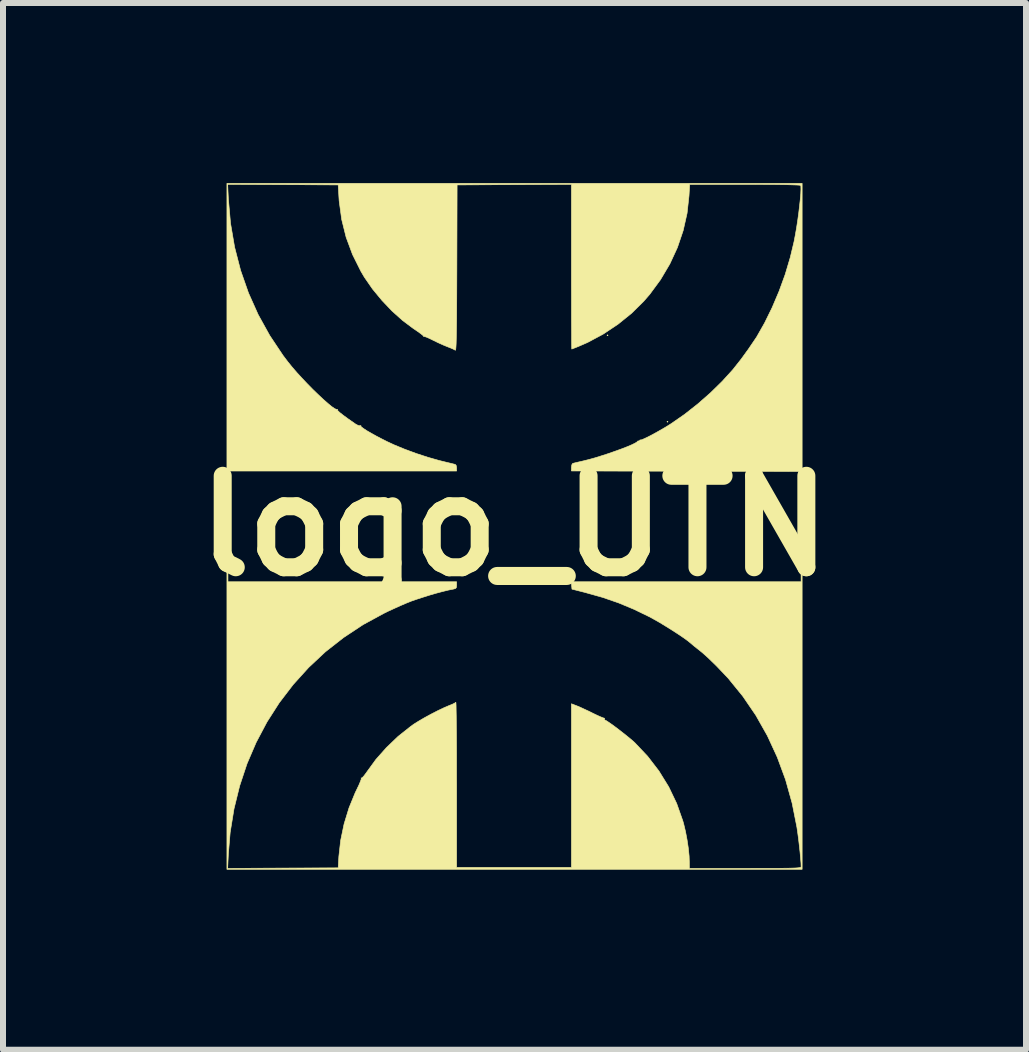
<source format=kicad_pcb>
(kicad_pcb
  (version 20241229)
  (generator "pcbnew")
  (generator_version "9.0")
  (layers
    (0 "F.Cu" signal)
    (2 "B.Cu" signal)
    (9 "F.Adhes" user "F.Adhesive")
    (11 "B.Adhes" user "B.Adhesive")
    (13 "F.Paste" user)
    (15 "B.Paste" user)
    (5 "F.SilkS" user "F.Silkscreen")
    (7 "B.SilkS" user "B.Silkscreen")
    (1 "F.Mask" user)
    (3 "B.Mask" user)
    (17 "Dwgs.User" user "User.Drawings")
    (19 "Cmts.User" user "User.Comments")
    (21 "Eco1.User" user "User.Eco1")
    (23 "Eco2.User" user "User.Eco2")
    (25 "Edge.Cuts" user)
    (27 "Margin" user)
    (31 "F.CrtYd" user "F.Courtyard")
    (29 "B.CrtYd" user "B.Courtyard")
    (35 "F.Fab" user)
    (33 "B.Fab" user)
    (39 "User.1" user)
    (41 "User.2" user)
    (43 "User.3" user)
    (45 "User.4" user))
  (footprint "logo_UTN"
    (layer "F.Cu")
    (at 5.523 5.712)
    (property "Reference" "logo_UTN" (at 0 0 0) (layer "F.SilkS") (effects (font (size 1.524 1.524) (thickness 0.3))))
    (attr through_hole)
    (fp_poly (pts (xy 1.558 -3.175) (xy 1.549 -3.167) (xy 1.541 -3.175) (xy 1.549 -3.183) (xy 1.558 -3.175)) (stroke (width 0.01) (type solid)) (fill yes) (layer "F.SilkS"))
    (fp_poly (pts (xy 2.557 -1.736) (xy 2.548 -1.727) (xy 2.54 -1.736) (xy 2.548 -1.744) (xy 2.557 -1.736)) (stroke (width 0.01) (type solid)) (fill yes) (layer "F.SilkS"))
    (fp_poly (pts (xy 4.792 5.723) (xy -4.792 5.723) (xy -4.792 5.707) (xy -4.78 5.707) (xy -3.859 5.702) (xy -2.938 5.698) (xy -2.927 5.508) (xy -2.897 5.24) (xy -2.84 4.967) (xy -2.758 4.699) (xy -2.655 4.447) (xy -2.624 4.383) (xy -2.592 4.316) (xy -2.568 4.259) (xy -2.554 4.22) (xy -2.554 4.206) (xy -2.556 4.199) (xy -2.551 4.203) (xy -2.536 4.195) (xy -2.508 4.164) (xy -2.472 4.116) (xy -2.456 4.093) (xy -2.309 3.891) (xy -2.134 3.694) (xy -1.941 3.509) (xy -1.735 3.345) (xy -1.68 3.305) (xy -1.6 3.255) (xy -1.501 3.197) (xy -1.391 3.137) (xy -1.28 3.08) (xy -1.177 3.031) (xy -1.091 2.994) (xy -1.075 2.988) (xy -1.025 2.967) (xy -0.989 2.948) (xy -0.978 2.939) (xy -0.976 2.953) (xy -0.974 2.998) (xy -0.973 3.072) (xy -0.971 3.172) (xy -0.97 3.297) (xy -0.968 3.443) (xy -0.967 3.608) (xy -0.966 3.79) (xy -0.966 3.986) (xy -0.966 4.193) (xy -0.965 4.305) (xy -0.965 5.69) (xy 0.948 5.69) (xy 0.948 2.964) (xy 1.037 2.998) (xy 1.09 3.02) (xy 1.161 3.053) (xy 1.243 3.091) (xy 1.303 3.121) (xy 1.374 3.155) (xy 1.434 3.182) (xy 1.477 3.199) (xy 1.495 3.204) (xy 1.502 3.21) (xy 1.499 3.217) (xy 1.499 3.233) (xy 1.504 3.234) (xy 1.526 3.244) (xy 1.569 3.272) (xy 1.628 3.313) (xy 1.697 3.364) (xy 1.771 3.421) (xy 1.845 3.479) (xy 1.914 3.535) (xy 1.972 3.584) (xy 2.001 3.61) (xy 2.216 3.837) (xy 2.406 4.084) (xy 2.569 4.348) (xy 2.702 4.626) (xy 2.804 4.915) (xy 2.819 4.968) (xy 2.849 5.094) (xy 2.875 5.232) (xy 2.896 5.372) (xy 2.909 5.502) (xy 2.912 5.592) (xy 2.913 5.707) (xy 3.844 5.707) (xy 4.045 5.706) (xy 4.216 5.706) (xy 4.357 5.706) (xy 4.473 5.705) (xy 4.565 5.704) (xy 4.636 5.702) (xy 4.689 5.7) (xy 4.727 5.697) (xy 4.752 5.693) (xy 4.766 5.689) (xy 4.773 5.684) (xy 4.775 5.677) (xy 4.775 5.677) (xy 4.773 5.619) (xy 4.766 5.537) (xy 4.757 5.436) (xy 4.745 5.326) (xy 4.732 5.215) (xy 4.718 5.111) (xy 4.705 5.022) (xy 4.625 4.619) (xy 4.516 4.229) (xy 4.378 3.855) (xy 4.213 3.497) (xy 4.021 3.157) (xy 3.803 2.838) (xy 3.56 2.539) (xy 3.37 2.339) (xy 3.288 2.259) (xy 3.224 2.197) (xy 3.171 2.149) (xy 3.124 2.108) (xy 3.076 2.069) (xy 3.049 2.048) (xy 2.997 2.007) (xy 2.951 1.968) (xy 2.931 1.951) (xy 2.885 1.914) (xy 2.816 1.864) (xy 2.729 1.805) (xy 2.63 1.741) (xy 2.526 1.676) (xy 2.423 1.613) (xy 2.326 1.558) (xy 2.252 1.517) (xy 1.99 1.39) (xy 1.733 1.283) (xy 1.469 1.192) (xy 1.184 1.112) (xy 1.177 1.11) (xy 0.957 1.054) (xy 0.951 0.993) (xy 0.946 0.931) (xy 4.775 0.931) (xy 4.771 0.013) (xy 4.767 -0.906) (xy 0.948 -0.915) (xy 0.948 -0.974) (xy 0.954 -1.016) (xy 0.967 -1.039) (xy 0.969 -1.04) (xy 0.994 -1.047) (xy 1.044 -1.059) (xy 1.11 -1.074) (xy 1.148 -1.083) (xy 1.241 -1.106) (xy 1.345 -1.135) (xy 1.457 -1.17) (xy 1.571 -1.207) (xy 1.682 -1.246) (xy 1.787 -1.284) (xy 1.88 -1.32) (xy 1.957 -1.353) (xy 2.013 -1.381) (xy 2.044 -1.401) (xy 2.049 -1.408) (xy 2.059 -1.417) (xy 2.066 -1.414) (xy 2.081 -1.416) (xy 2.083 -1.422) (xy 2.093 -1.434) (xy 2.099 -1.431) (xy 2.12 -1.435) (xy 2.164 -1.454) (xy 2.227 -1.484) (xy 2.302 -1.523) (xy 2.385 -1.569) (xy 2.471 -1.618) (xy 2.553 -1.667) (xy 2.614 -1.706) (xy 2.836 -1.86) (xy 3.054 -2.032) (xy 3.264 -2.216) (xy 3.459 -2.407) (xy 3.634 -2.599) (xy 3.775 -2.777) (xy 3.819 -2.838) (xy 3.864 -2.9) (xy 3.892 -2.938) (xy 4.033 -3.146) (xy 4.167 -3.382) (xy 4.293 -3.639) (xy 4.408 -3.91) (xy 4.51 -4.19) (xy 4.594 -4.472) (xy 4.657 -4.735) (xy 4.678 -4.845) (xy 4.699 -4.964) (xy 4.718 -5.089) (xy 4.735 -5.212) (xy 4.749 -5.331) (xy 4.761 -5.44) (xy 4.769 -5.533) (xy 4.772 -5.607) (xy 4.771 -5.656) (xy 4.767 -5.672) (xy 4.747 -5.677) (xy 4.694 -5.68) (xy 4.606 -5.683) (xy 4.485 -5.686) (xy 4.331 -5.688) (xy 4.143 -5.689) (xy 3.922 -5.69) (xy 3.837 -5.69) (xy 2.918 -5.69) (xy 2.907 -5.499) (xy 2.875 -5.209) (xy 2.81 -4.921) (xy 2.714 -4.638) (xy 2.588 -4.365) (xy 2.433 -4.103) (xy 2.252 -3.857) (xy 2.153 -3.743) (xy 1.951 -3.543) (xy 1.723 -3.359) (xy 1.477 -3.195) (xy 1.217 -3.056) (xy 1.068 -2.991) (xy 1.013 -2.969) (xy 0.972 -2.953) (xy 0.954 -2.946) (xy 0.954 -2.946) (xy 0.953 -2.963) (xy 0.952 -3.011) (xy 0.951 -3.087) (xy 0.951 -3.19) (xy 0.95 -3.317) (xy 0.949 -3.465) (xy 0.949 -3.632) (xy 0.949 -3.815) (xy 0.948 -4.012) (xy 0.948 -4.22) (xy 0.948 -4.318) (xy 0.948 -5.69) (xy -0.004 -5.686) (xy -0.957 -5.681) (xy -0.961 -4.295) (xy -0.962 -4.038) (xy -0.963 -3.812) (xy -0.964 -3.617) (xy -0.965 -3.451) (xy -0.967 -3.311) (xy -0.969 -3.196) (xy -0.971 -3.104) (xy -0.973 -3.033) (xy -0.976 -2.981) (xy -0.979 -2.948) (xy -0.982 -2.93) (xy -0.986 -2.926) (xy -0.986 -2.926) (xy -1.012 -2.941) (xy -1.06 -2.962) (xy -1.118 -2.985) (xy -1.189 -3.014) (xy -1.273 -3.052) (xy -1.351 -3.09) (xy -1.355 -3.092) (xy -1.416 -3.122) (xy -1.466 -3.144) (xy -1.499 -3.155) (xy -1.504 -3.155) (xy -1.519 -3.158) (xy -1.517 -3.162) (xy -1.527 -3.174) (xy -1.561 -3.201) (xy -1.612 -3.238) (xy -1.678 -3.283) (xy -1.69 -3.291) (xy -1.866 -3.423) (xy -2.042 -3.581) (xy -2.21 -3.758) (xy -2.366 -3.947) (xy -2.501 -4.142) (xy -2.56 -4.242) (xy -2.699 -4.521) (xy -2.806 -4.809) (xy -2.88 -5.106) (xy -2.922 -5.415) (xy -2.927 -5.495) (xy -2.938 -5.681) (xy -3.859 -5.686) (xy -4.78 -5.69) (xy -4.768 -5.448) (xy -4.732 -5.041) (xy -4.664 -4.643) (xy -4.564 -4.256) (xy -4.433 -3.881) (xy -4.271 -3.519) (xy -4.078 -3.171) (xy -3.856 -2.838) (xy -3.778 -2.735) (xy -3.71 -2.651) (xy -3.632 -2.56) (xy -3.546 -2.466) (xy -3.455 -2.37) (xy -3.364 -2.277) (xy -3.274 -2.19) (xy -3.189 -2.11) (xy -3.113 -2.043) (xy -3.049 -1.99) (xy -2.999 -1.955) (xy -2.967 -1.94) (xy -2.959 -1.941) (xy -2.949 -1.942) (xy -2.952 -1.935) (xy -2.945 -1.92) (xy -2.914 -1.89) (xy -2.858 -1.846) (xy -2.775 -1.785) (xy -2.665 -1.708) (xy -2.646 -1.695) (xy -2.606 -1.674) (xy -2.576 -1.668) (xy -2.571 -1.669) (xy -2.559 -1.672) (xy -2.562 -1.665) (xy -2.553 -1.65) (xy -2.517 -1.623) (xy -2.461 -1.586) (xy -2.388 -1.544) (xy -2.304 -1.497) (xy -2.212 -1.449) (xy -2.119 -1.402) (xy -2.028 -1.36) (xy -2.014 -1.353) (xy -1.832 -1.278) (xy -1.637 -1.206) (xy -1.441 -1.142) (xy -1.258 -1.09) (xy -1.202 -1.076) (xy -1.124 -1.057) (xy -1.057 -1.041) (xy -1.008 -1.029) (xy -0.986 -1.023) (xy -0.971 -1.004) (xy -0.965 -0.966) (xy -0.965 -0.914) (xy -4.775 -0.914) (xy -4.775 0.931) (xy -0.965 0.931) (xy -0.965 0.988) (xy -0.968 1.025) (xy -0.982 1.043) (xy -1.016 1.053) (xy -1.037 1.057) (xy -1.102 1.07) (xy -1.192 1.092) (xy -1.298 1.12) (xy -1.412 1.153) (xy -1.526 1.189) (xy -1.634 1.224) (xy -1.726 1.256) (xy -1.727 1.257) (xy -1.805 1.288) (xy -1.903 1.33) (xy -2.011 1.379) (xy -2.12 1.429) (xy -2.176 1.457) (xy -2.522 1.645) (xy -2.847 1.86) (xy -3.151 2.098) (xy -3.431 2.36) (xy -3.687 2.643) (xy -3.919 2.946) (xy -4.125 3.268) (xy -4.305 3.608) (xy -4.457 3.962) (xy -4.58 4.332) (xy -4.674 4.714) (xy -4.738 5.108) (xy -4.768 5.466) (xy -4.78 5.707) (xy -4.792 5.707) (xy -4.792 -5.707) (xy 4.792 -5.707) (xy 4.792 5.723)) (stroke (width 0.01) (type solid)) (fill yes) (layer "F.SilkS")))
  (gr_rect
    (start -3 -3)
    (end 14.045 14.44)
    (stroke (width 0.1) (type default))
    (fill no)
    (layer "Edge.Cuts")))
</source>
